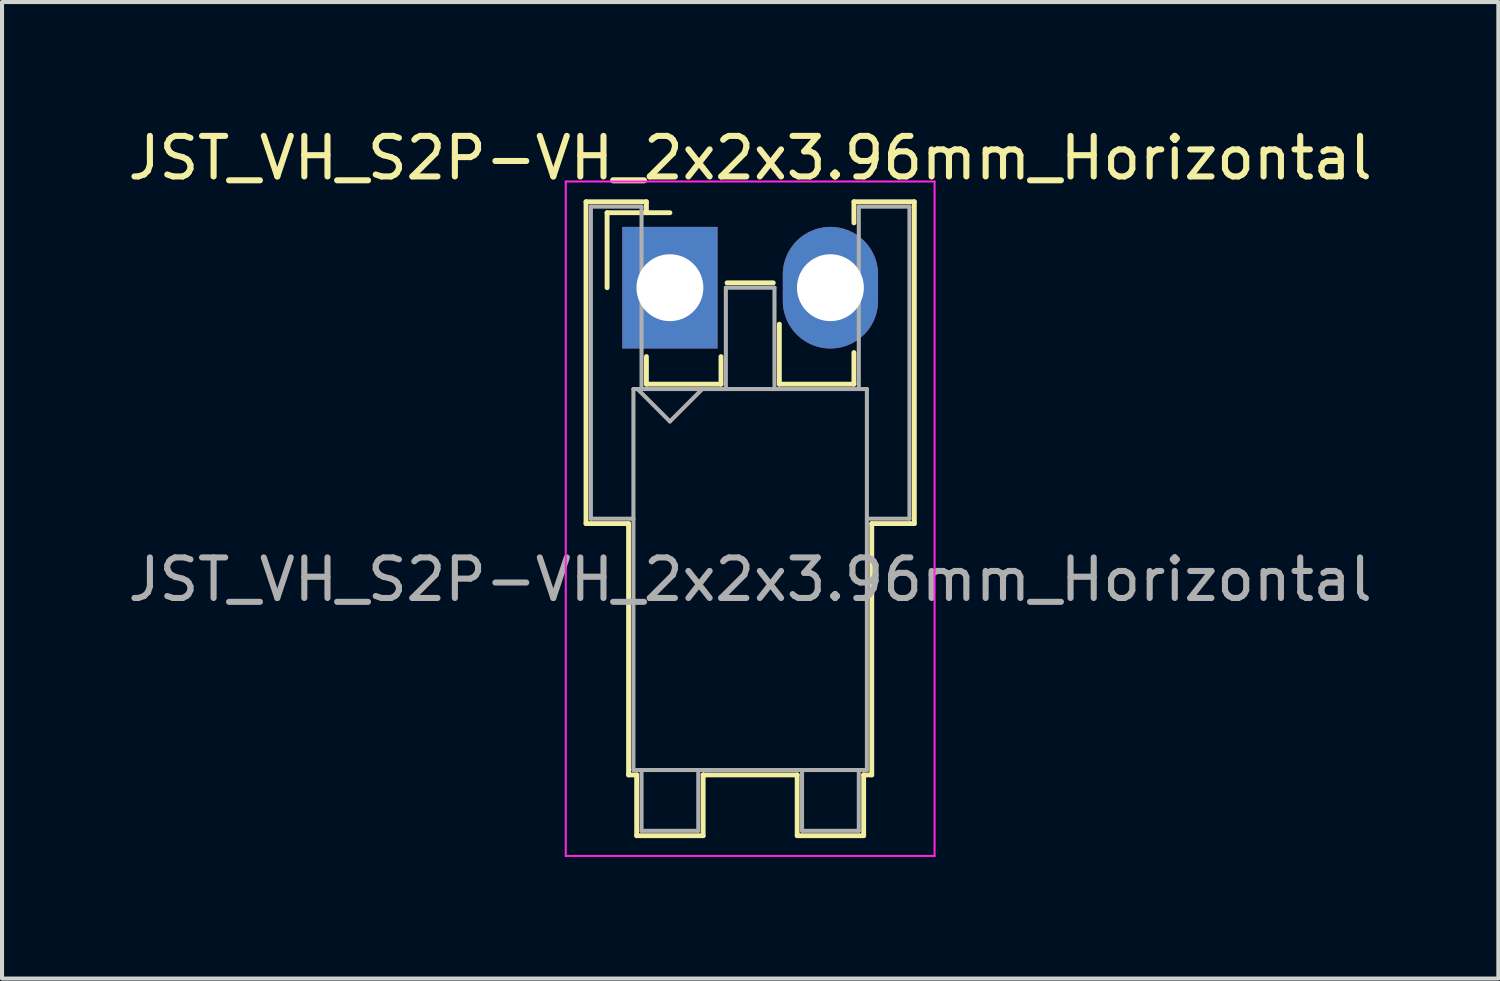
<source format=kicad_pcb>
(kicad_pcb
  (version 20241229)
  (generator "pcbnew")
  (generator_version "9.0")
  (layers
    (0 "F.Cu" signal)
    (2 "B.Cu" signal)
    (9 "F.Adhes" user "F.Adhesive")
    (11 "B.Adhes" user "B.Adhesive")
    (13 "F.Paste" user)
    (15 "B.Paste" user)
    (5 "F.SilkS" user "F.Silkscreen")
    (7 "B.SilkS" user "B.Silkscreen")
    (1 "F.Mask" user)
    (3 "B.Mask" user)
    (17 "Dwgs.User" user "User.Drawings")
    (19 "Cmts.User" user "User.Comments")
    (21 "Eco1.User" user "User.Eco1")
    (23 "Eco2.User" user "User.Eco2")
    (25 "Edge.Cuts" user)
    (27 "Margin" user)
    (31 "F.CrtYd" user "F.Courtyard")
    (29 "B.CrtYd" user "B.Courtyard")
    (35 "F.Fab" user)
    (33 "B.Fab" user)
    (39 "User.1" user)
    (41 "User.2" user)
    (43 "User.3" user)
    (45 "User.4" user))
  (footprint "JST_VH_S2P-VH_2x2x3.96mm_Horizontal"
    (layer "F.Cu")
    (at 13.478 4.048)
    (property "Reference" "JST_VH_S2P-VH_2x2x3.96mm_Horizontal" (at 1.98 -3.2 0) (layer "F.SilkS") (effects (font (size 1 1) (thickness 0.15))))
    (attr through_hole)
    (fp_line (start -2.07 -2.12) (end -0.58 -2.12) (stroke (width 0.12) (type solid)) (layer "F.SilkS"))
    (fp_line (start -2.07 5.82) (end -2.07 -2.12) (stroke (width 0.12) (type solid)) (layer "F.SilkS"))
    (fp_line (start -1.55 -1.85) (end -1.55 0) (stroke (width 0.12) (type solid)) (layer "F.SilkS"))
    (fp_line (start -1.02 5.82) (end -2.07 5.82) (stroke (width 0.12) (type solid)) (layer "F.SilkS"))
    (fp_line (start -1.02 5.82) (end -1.02 12.02) (stroke (width 0.12) (type solid)) (layer "F.SilkS"))
    (fp_line (start -1.02 12.02) (end -0.82 12.02) (stroke (width 0.12) (type solid)) (layer "F.SilkS"))
    (fp_line (start -0.82 12.02) (end -0.82 13.52) (stroke (width 0.12) (type solid)) (layer "F.SilkS"))
    (fp_line (start -0.82 13.52) (end 0.82 13.52) (stroke (width 0.12) (type solid)) (layer "F.SilkS"))
    (fp_line (start -0.58 -2.12) (end -0.58 -1.85) (stroke (width 0.12) (type solid)) (layer "F.SilkS"))
    (fp_line (start -0.58 1.7) (end -0.58 2.38) (stroke (width 0.12) (type solid)) (layer "F.SilkS"))
    (fp_line (start -0.58 2.38) (end 1.26 2.38) (stroke (width 0.12) (type solid)) (layer "F.SilkS"))
    (fp_line (start 0 -1.85) (end -1.55 -1.85) (stroke (width 0.12) (type solid)) (layer "F.SilkS"))
    (fp_line (start 0.82 12.02) (end 3.14 12.02) (stroke (width 0.12) (type solid)) (layer "F.SilkS"))
    (fp_line (start 0.82 13.52) (end 0.82 12.02) (stroke (width 0.12) (type solid)) (layer "F.SilkS"))
    (fp_line (start 1.26 2.38) (end 1.26 1.7) (stroke (width 0.12) (type solid)) (layer "F.SilkS"))
    (fp_line (start 1.41 -0.12) (end 2.55 -0.12) (stroke (width 0.12) (type solid)) (layer "F.SilkS"))
    (fp_line (start 2.7 0.9) (end 2.7 2.38) (stroke (width 0.12) (type solid)) (layer "F.SilkS"))
    (fp_line (start 2.7 2.38) (end 4.54 2.38) (stroke (width 0.12) (type solid)) (layer "F.SilkS"))
    (fp_line (start 3.14 12.02) (end 3.14 13.52) (stroke (width 0.12) (type solid)) (layer "F.SilkS"))
    (fp_line (start 3.14 13.52) (end 4.78 13.52) (stroke (width 0.12) (type solid)) (layer "F.SilkS"))
    (fp_line (start 4.54 -2.12) (end 6.03 -2.12) (stroke (width 0.12) (type solid)) (layer "F.SilkS"))
    (fp_line (start 4.54 -1.6) (end 4.54 -2.12) (stroke (width 0.12) (type solid)) (layer "F.SilkS"))
    (fp_line (start 4.54 2.38) (end 4.54 1.6) (stroke (width 0.12) (type solid)) (layer "F.SilkS"))
    (fp_line (start 4.78 12.02) (end 4.98 12.02) (stroke (width 0.12) (type solid)) (layer "F.SilkS"))
    (fp_line (start 4.78 13.52) (end 4.78 12.02) (stroke (width 0.12) (type solid)) (layer "F.SilkS"))
    (fp_line (start 4.98 12.02) (end 4.98 5.82) (stroke (width 0.12) (type solid)) (layer "F.SilkS"))
    (fp_line (start 6.03 -2.12) (end 6.03 5.82) (stroke (width 0.12) (type solid)) (layer "F.SilkS"))
    (fp_line (start 6.03 5.82) (end 4.98 5.82) (stroke (width 0.12) (type solid)) (layer "F.SilkS"))
    (fp_line (start -2.57 -2.62) (end -2.57 14.02) (stroke (width 0.05) (type solid)) (layer "F.CrtYd"))
    (fp_line (start -2.57 14.02) (end 6.53 14.02) (stroke (width 0.05) (type solid)) (layer "F.CrtYd"))
    (fp_line (start 6.53 -2.62) (end -2.57 -2.62) (stroke (width 0.05) (type solid)) (layer "F.CrtYd"))
    (fp_line (start 6.53 14.02) (end 6.53 -2.62) (stroke (width 0.05) (type solid)) (layer "F.CrtYd"))
    (fp_line (start -1.95 -2) (end -0.7 -2) (stroke (width 0.1) (type solid)) (layer "F.Fab"))
    (fp_line (start -1.95 5.7) (end -1.95 -2) (stroke (width 0.1) (type solid)) (layer "F.Fab"))
    (fp_line (start -0.9 2.5) (end -0.9 11.9) (stroke (width 0.1) (type solid)) (layer "F.Fab"))
    (fp_line (start -0.9 5.7) (end -1.95 5.7) (stroke (width 0.1) (type solid)) (layer "F.Fab"))
    (fp_line (start -0.9 11.9) (end 4.86 11.9) (stroke (width 0.1) (type solid)) (layer "F.Fab"))
    (fp_line (start -0.8 2.5) (end 0 3.3) (stroke (width 0.1) (type solid)) (layer "F.Fab"))
    (fp_line (start -0.7 -2) (end -0.7 2.5) (stroke (width 0.1) (type solid)) (layer "F.Fab"))
    (fp_line (start -0.7 11.9) (end -0.7 13.4) (stroke (width 0.1) (type solid)) (layer "F.Fab"))
    (fp_line (start -0.7 13.4) (end 0.7 13.4) (stroke (width 0.1) (type solid)) (layer "F.Fab"))
    (fp_line (start 0 3.3) (end 0.8 2.5) (stroke (width 0.1) (type solid)) (layer "F.Fab"))
    (fp_line (start 0.7 13.4) (end 0.7 11.9) (stroke (width 0.1) (type solid)) (layer "F.Fab"))
    (fp_line (start 1.38 0) (end 2.58 0) (stroke (width 0.1) (type solid)) (layer "F.Fab"))
    (fp_line (start 1.38 2.5) (end 1.38 0) (stroke (width 0.1) (type solid)) (layer "F.Fab"))
    (fp_line (start 2.58 0) (end 2.58 2.5) (stroke (width 0.1) (type solid)) (layer "F.Fab"))
    (fp_line (start 3.26 11.9) (end 3.26 13.4) (stroke (width 0.1) (type solid)) (layer "F.Fab"))
    (fp_line (start 3.26 13.4) (end 4.66 13.4) (stroke (width 0.1) (type solid)) (layer "F.Fab"))
    (fp_line (start 4.66 -2) (end 5.91 -2) (stroke (width 0.1) (type solid)) (layer "F.Fab"))
    (fp_line (start 4.66 2.5) (end 4.66 -2) (stroke (width 0.1) (type solid)) (layer "F.Fab"))
    (fp_line (start 4.66 13.4) (end 4.66 11.9) (stroke (width 0.1) (type solid)) (layer "F.Fab"))
    (fp_line (start 4.86 2.5) (end -0.9 2.5) (stroke (width 0.1) (type solid)) (layer "F.Fab"))
    (fp_line (start 4.86 11.9) (end 4.86 2.5) (stroke (width 0.1) (type solid)) (layer "F.Fab"))
    (fp_line (start 5.91 -2) (end 5.91 5.7) (stroke (width 0.1) (type solid)) (layer "F.Fab"))
    (fp_line (start 5.91 5.7) (end 4.86 5.7) (stroke (width 0.1) (type solid)) (layer "F.Fab"))
    (fp_text user "${REFERENCE}" (at 1.98 7.2 0) (layer "F.Fab") (effects (font (size 1 1) (thickness 0.15))))
    (pad "1" thru_hole rect (at 0 0) (size 2.35 3) (drill 1.65) (layers "*.Cu" "*.Mask"))
    (pad "2" thru_hole oval (at 3.96 0) (size 2.35 3) (drill 1.65) (layers "*.Cu" "*.Mask")))
  (gr_rect
    (start -3 -3)
    (end 33.917 21.093)
    (stroke (width 0.1) (type default))
    (fill no)
    (layer "Edge.Cuts")))
</source>
